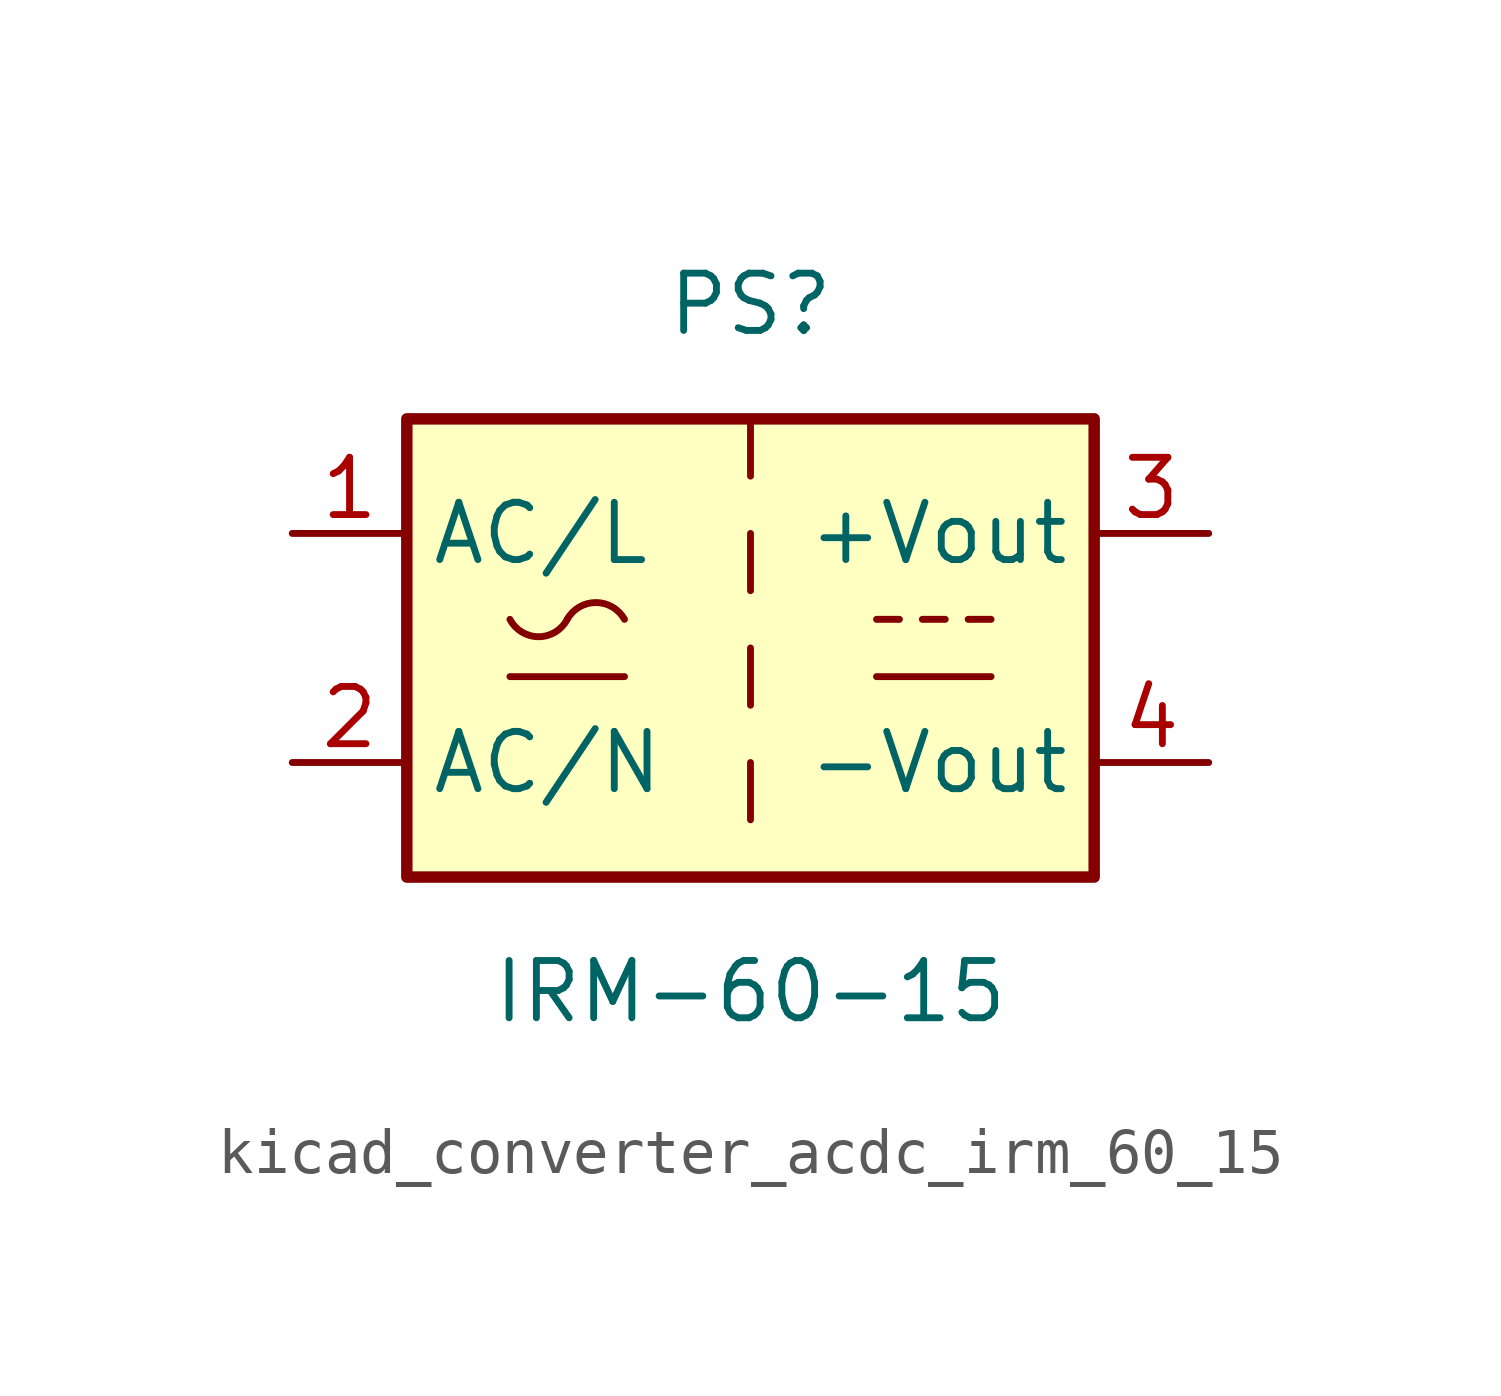
<source format=kicad_sym>
(kicad_symbol_lib
  (version 20220914)
  (generator kicad_symbol_editor)
  (symbol "kicad_converter_acdc_irm_60_15"
    (property "Reference" "PS"
      (at 0 7.62 0)
      (effects (font (size 1.27 1.27))))
    (property "Value" "IRM-60-15"
      (at 0 -7.62 0)
      (effects (font (size 1.27 1.27))))
    (symbol "kicad_converter_acdc_irm_60_15_1_1"
      (rectangle (start -7.62 5.08) (end 7.62 -5.08) (stroke (width 0.254) (type default)) (fill (type background)))
      (arc (start -5.334 0.635) (mid -4.699 0.2495) (end -4.064 0.635) (stroke (width 0) (type default)) (fill (type none)))
      (arc (start -2.794 0.635) (mid -3.429 1.0072) (end -4.064 0.635) (stroke (width 0) (type default)) (fill (type none)))
      (polyline (pts (xy -5.334 -0.635) (xy -2.794 -0.635)) (stroke (width 0) (type default)) (fill (type none)))
      (polyline (pts (xy 0 -2.54) (xy 0 -3.81)) (stroke (width 0) (type default)) (fill (type none)))
      (polyline (pts (xy 0 0) (xy 0 -1.27)) (stroke (width 0) (type default)) (fill (type none)))
      (polyline (pts (xy 0 2.54) (xy 0 1.27)) (stroke (width 0) (type default)) (fill (type none)))
      (polyline (pts (xy 0 5.08) (xy 0 3.81)) (stroke (width 0) (type default)) (fill (type none)))
      (polyline (pts (xy 2.794 -0.635) (xy 5.334 -0.635)) (stroke (width 0) (type default)) (fill (type none)))
      (polyline (pts (xy 2.794 0.635) (xy 3.302 0.635)) (stroke (width 0) (type default)) (fill (type none)))
      (polyline (pts (xy 3.81 0.635) (xy 4.318 0.635)) (stroke (width 0) (type default)) (fill (type none)))
      (polyline (pts (xy 4.826 0.635) (xy 5.334 0.635)) (stroke (width 0) (type default)) (fill (type none)))
      (pin power_in line (at -10.16 2.54 0) (length 2.54) (name "AC/L" (effects (font (size 1.27 1.27)))) (number "1" (effects (font (size 1.27 1.27)))))
      (pin power_in line (at -10.16 -2.54 0) (length 2.54) (name "AC/N" (effects (font (size 1.27 1.27)))) (number "2" (effects (font (size 1.27 1.27)))))
      (pin power_out line (at 10.16 2.54 180) (length 2.54) (name "+Vout" (effects (font (size 1.27 1.27)))) (number "3" (effects (font (size 1.27 1.27)))))
      (pin power_out line (at 10.16 -2.54 180) (length 2.54) (name "-Vout" (effects (font (size 1.27 1.27)))) (number "4" (effects (font (size 1.27 1.27))))))))
</source>
